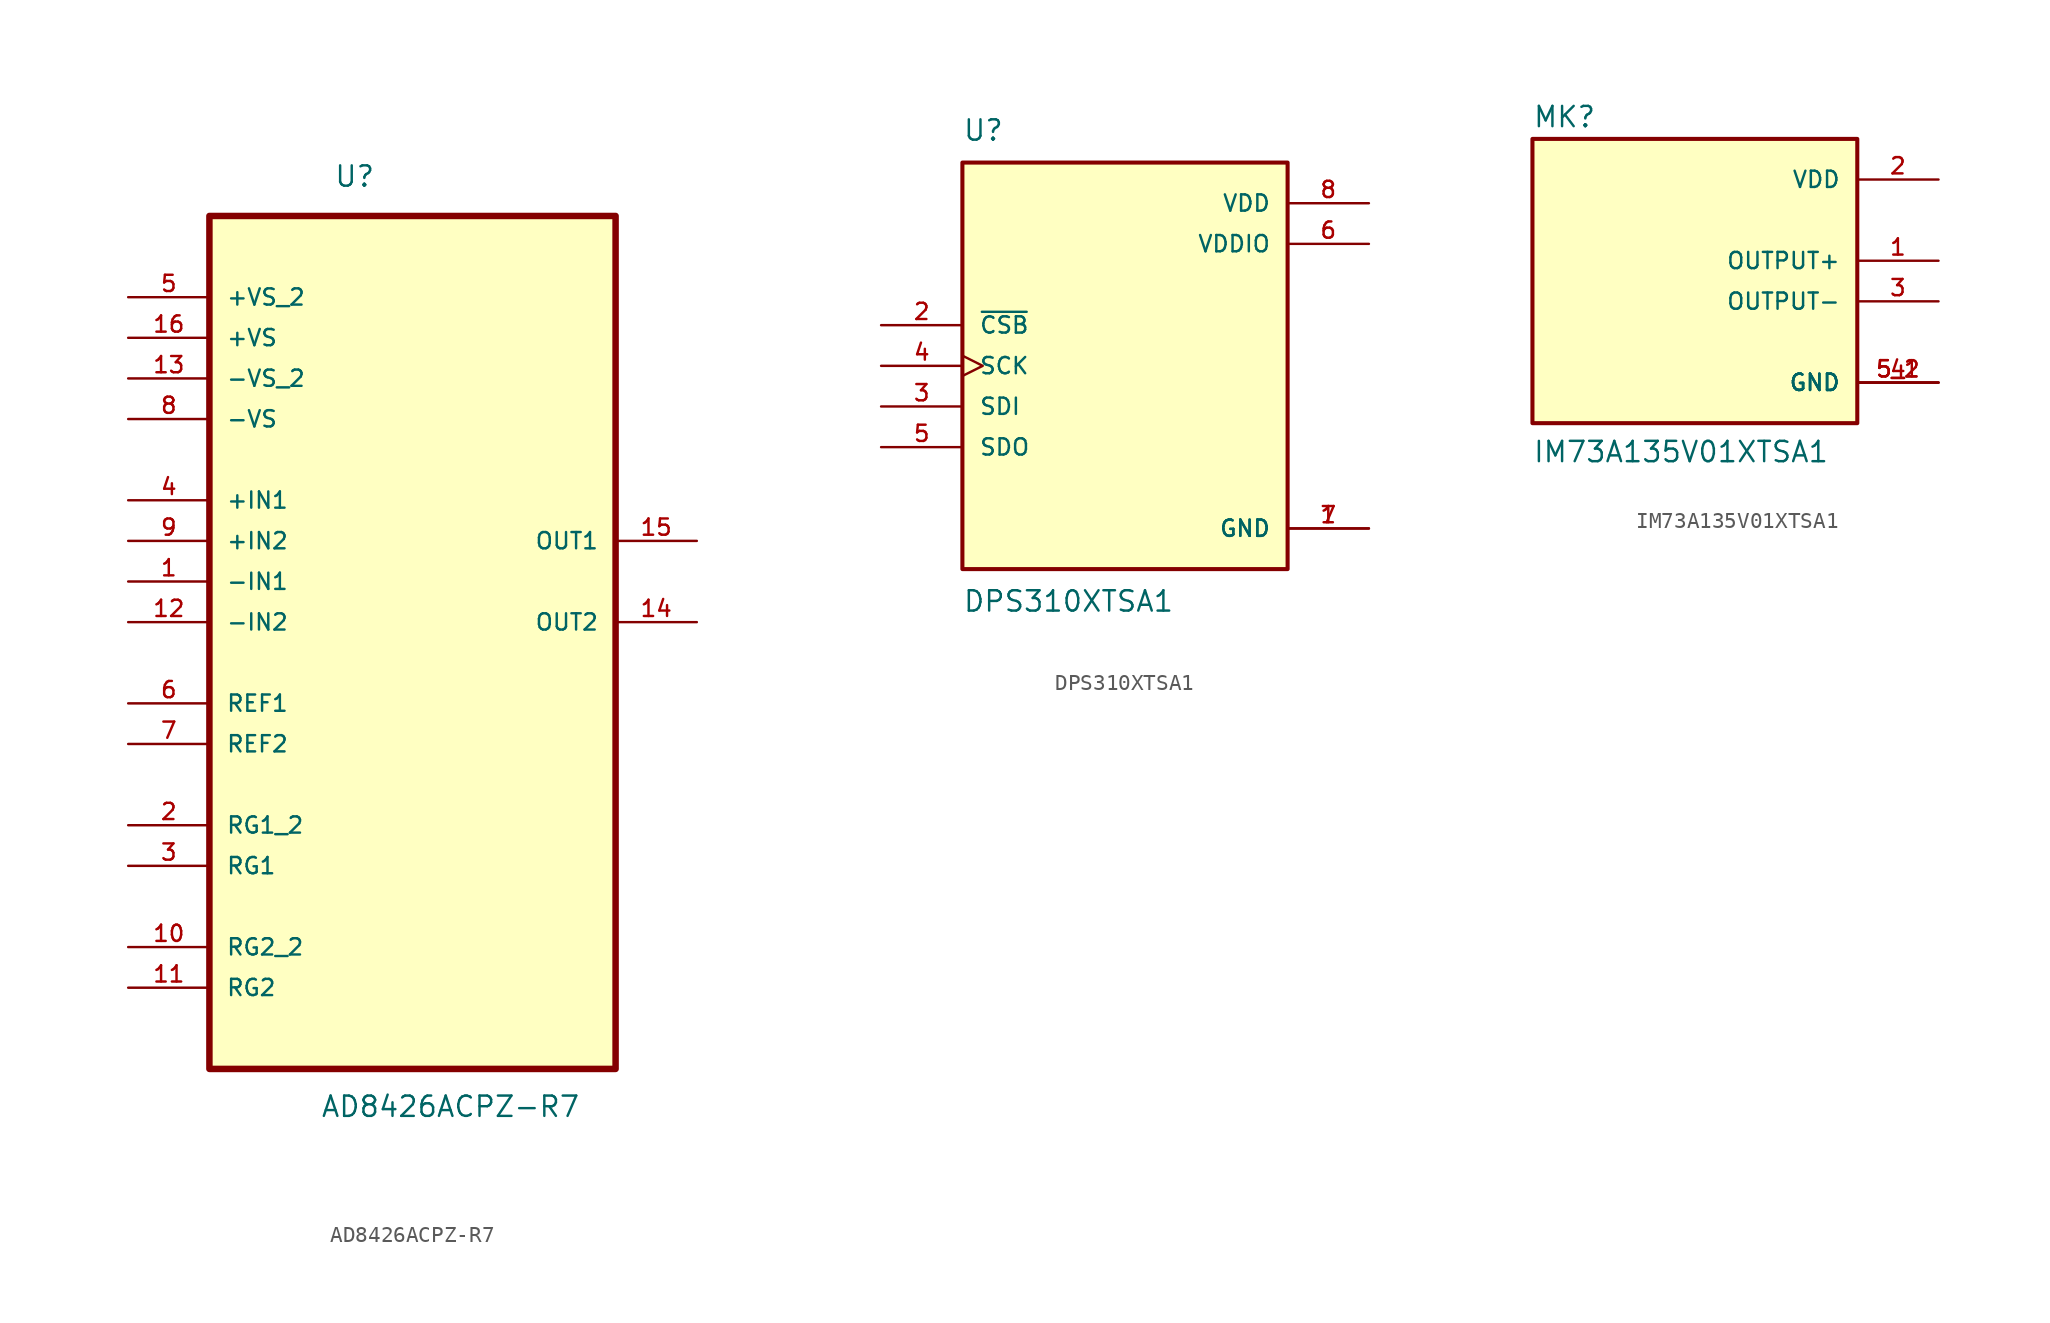
<source format=kicad_sym>
(kicad_symbol_lib
  (version 20241209)
  (generator "kicad_symbol_editor")
  (generator_version "9.0")
  (symbol "AD8426ACPZ-R7"
    (pin_names
      (offset 1.016))
    (property "Reference" "U"
      (at -4.928 24.591 0)
      (effects (font (size 1.27 1.27)) (justify left bottom)))
    (property "Value" "AD8426ACPZ-R7"
      (at -5.766 -33.579 0)
      (effects (font (size 1.27 1.27)) (justify left bottom)))
    (symbol "AD8426ACPZ-R7_0_0"
      (rectangle (start -12.7 -30.48) (end 12.7 22.86) (stroke (width 0.406) (type default)) (fill (type background)))
      (pin passive line (at -17.78 17.78 0) (length 5.08) (name "+VS_2" (effects (font (size 1.016 1.016)))) (number "5" (effects (font (size 1.016 1.016)))))
      (pin passive line (at -17.78 15.24 0) (length 5.08) (name "+VS" (effects (font (size 1.016 1.016)))) (number "16" (effects (font (size 1.016 1.016)))))
      (pin passive line (at -17.78 12.7 0) (length 5.08) (name "-VS_2" (effects (font (size 1.016 1.016)))) (number "13" (effects (font (size 1.016 1.016)))))
      (pin passive line (at -17.78 10.16 0) (length 5.08) (name "-VS" (effects (font (size 1.016 1.016)))) (number "8" (effects (font (size 1.016 1.016)))))
      (pin passive line (at -17.78 5.08 0) (length 5.08) (name "+IN1" (effects (font (size 1.016 1.016)))) (number "4" (effects (font (size 1.016 1.016)))))
      (pin passive line (at -17.78 2.54 0) (length 5.08) (name "+IN2" (effects (font (size 1.016 1.016)))) (number "9" (effects (font (size 1.016 1.016)))))
      (pin passive line (at -17.78 0 0) (length 5.08) (name "-IN1" (effects (font (size 1.016 1.016)))) (number "1" (effects (font (size 1.016 1.016)))))
      (pin passive line (at -17.78 -2.54 0) (length 5.08) (name "-IN2" (effects (font (size 1.016 1.016)))) (number "12" (effects (font (size 1.016 1.016)))))
      (pin passive line (at -17.78 -7.62 0) (length 5.08) (name "REF1" (effects (font (size 1.016 1.016)))) (number "6" (effects (font (size 1.016 1.016)))))
      (pin passive line (at -17.78 -10.16 0) (length 5.08) (name "REF2" (effects (font (size 1.016 1.016)))) (number "7" (effects (font (size 1.016 1.016)))))
      (pin passive line (at -17.78 -15.24 0) (length 5.08) (name "RG1_2" (effects (font (size 1.016 1.016)))) (number "2" (effects (font (size 1.016 1.016)))))
      (pin passive line (at -17.78 -17.78 0) (length 5.08) (name "RG1" (effects (font (size 1.016 1.016)))) (number "3" (effects (font (size 1.016 1.016)))))
      (pin passive line (at -17.78 -22.86 0) (length 5.08) (name "RG2_2" (effects (font (size 1.016 1.016)))) (number "10" (effects (font (size 1.016 1.016)))))
      (pin passive line (at -17.78 -25.4 0) (length 5.08) (name "RG2" (effects (font (size 1.016 1.016)))) (number "11" (effects (font (size 1.016 1.016)))))
      (pin passive line (at 17.78 2.54 180) (length 5.08) (name "OUT1" (effects (font (size 1.016 1.016)))) (number "15" (effects (font (size 1.016 1.016)))))
      (pin passive line (at 17.78 -2.54 180) (length 5.08) (name "OUT2" (effects (font (size 1.016 1.016)))) (number "14" (effects (font (size 1.016 1.016)))))))
  (symbol "DPS310XTSA1"
    (pin_names
      (offset 1.016))
    (property "Reference" "U"
      (at -10.16 13.97 0)
      (effects (font (size 1.27 1.27)) (justify left bottom)))
    (property "Value" "DPS310XTSA1"
      (at -10.16 -13.97 0)
      (effects (font (size 1.27 1.27)) (justify left top)))
    (symbol "DPS310XTSA1_0_0"
      (rectangle (start -10.16 12.7) (end 10.16 -12.7) (stroke (width 0.254) (type default)) (fill (type background)))
      (pin input line (at -15.24 2.54 0) (length 5.08) (name "~{CSB}" (effects (font (size 1.016 1.016)))) (number "2" (effects (font (size 1.016 1.016)))))
      (pin input clock (at -15.24 0 0) (length 5.08) (name "SCK" (effects (font (size 1.016 1.016)))) (number "4" (effects (font (size 1.016 1.016)))))
      (pin bidirectional line (at -15.24 -2.54 0) (length 5.08) (name "SDI" (effects (font (size 1.016 1.016)))) (number "3" (effects (font (size 1.016 1.016)))))
      (pin output line (at -15.24 -5.08 0) (length 5.08) (name "SDO" (effects (font (size 1.016 1.016)))) (number "5" (effects (font (size 1.016 1.016)))))
      (pin power_in line (at 15.24 10.16 180) (length 5.08) (name "VDD" (effects (font (size 1.016 1.016)))) (number "8" (effects (font (size 1.016 1.016)))))
      (pin power_in line (at 15.24 7.62 180) (length 5.08) (name "VDDIO" (effects (font (size 1.016 1.016)))) (number "6" (effects (font (size 1.016 1.016)))))
      (pin power_in line (at 15.24 -10.16 180) (length 5.08) (name "GND" (effects (font (size 1.016 1.016)))) (number "1" (effects (font (size 1.016 1.016)))))
      (pin power_in line (at 15.24 -10.16 180) (length 5.08) (name "GND" (effects (font (size 1.016 1.016)))) (number "7" (effects (font (size 1.016 1.016)))))))
  (symbol "IM73A135V01XTSA1"
    (pin_names
      (offset 1.016))
    (property "Reference" "MK"
      (at -10.16 10.795 0)
      (effects (font (size 1.27 1.27)) (justify left bottom)))
    (property "Value" "IM73A135V01XTSA1"
      (at -10.16 -10.16 0)
      (effects (font (size 1.27 1.27)) (justify left bottom)))
    (symbol "IM73A135V01XTSA1_0_0"
      (rectangle (start -10.16 -7.62) (end 10.16 10.16) (stroke (width 0.254) (type default)) (fill (type background)))
      (pin power_in line (at 15.24 7.62 180) (length 5.08) (name "VDD" (effects (font (size 1.016 1.016)))) (number "2" (effects (font (size 1.016 1.016)))))
      (pin output line (at 15.24 2.54 180) (length 5.08) (name "OUTPUT+" (effects (font (size 1.016 1.016)))) (number "1" (effects (font (size 1.016 1.016)))))
      (pin output line (at 15.24 0 180) (length 5.08) (name "OUTPUT-" (effects (font (size 1.016 1.016)))) (number "3" (effects (font (size 1.016 1.016)))))
      (pin power_in line (at 15.24 -5.08 180) (length 5.08) (name "GND" (effects (font (size 1.016 1.016)))) (number "4" (effects (font (size 1.016 1.016)))))
      (pin power_in line (at 15.24 -5.08 180) (length 5.08) (name "GND" (effects (font (size 1.016 1.016)))) (number "5_1" (effects (font (size 1.016 1.016)))))
      (pin power_in line (at 15.24 -5.08 180) (length 5.08) (name "GND" (effects (font (size 1.016 1.016)))) (number "5_2" (effects (font (size 1.016 1.016))))))))
</source>
